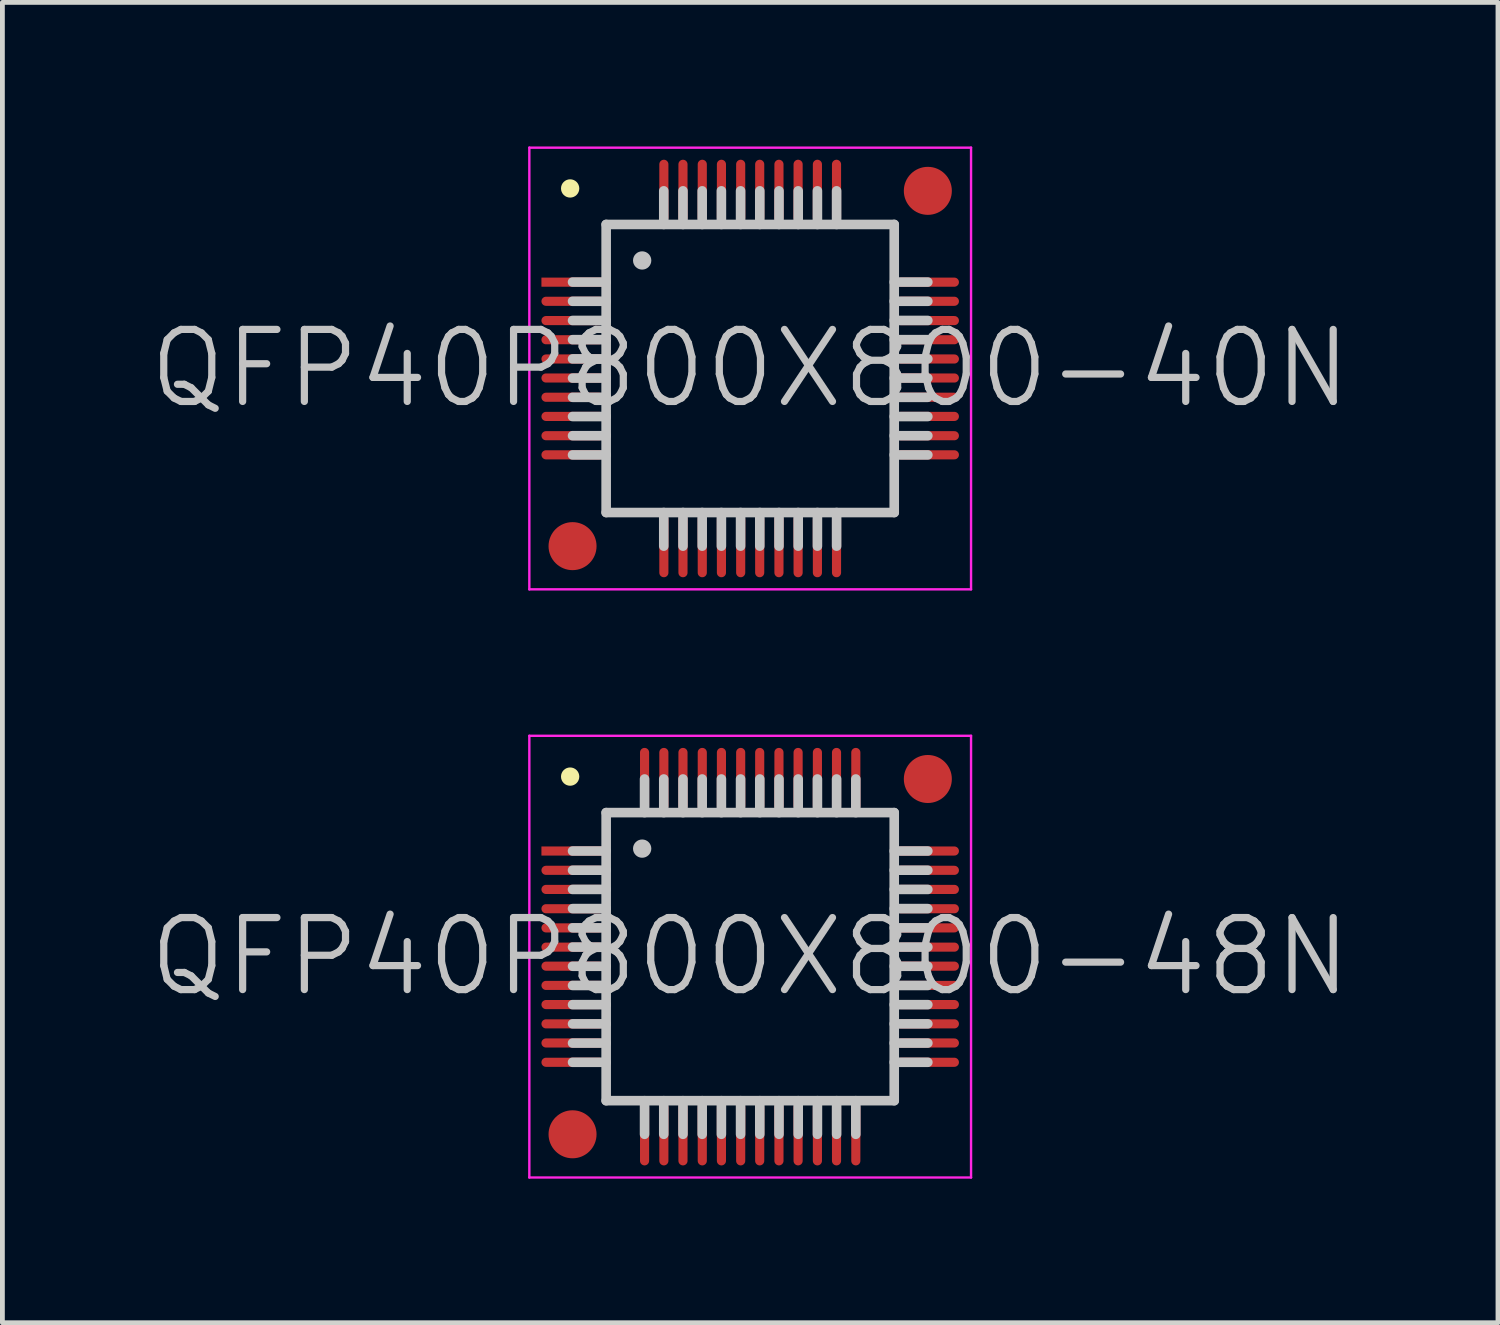
<source format=kicad_pcb>
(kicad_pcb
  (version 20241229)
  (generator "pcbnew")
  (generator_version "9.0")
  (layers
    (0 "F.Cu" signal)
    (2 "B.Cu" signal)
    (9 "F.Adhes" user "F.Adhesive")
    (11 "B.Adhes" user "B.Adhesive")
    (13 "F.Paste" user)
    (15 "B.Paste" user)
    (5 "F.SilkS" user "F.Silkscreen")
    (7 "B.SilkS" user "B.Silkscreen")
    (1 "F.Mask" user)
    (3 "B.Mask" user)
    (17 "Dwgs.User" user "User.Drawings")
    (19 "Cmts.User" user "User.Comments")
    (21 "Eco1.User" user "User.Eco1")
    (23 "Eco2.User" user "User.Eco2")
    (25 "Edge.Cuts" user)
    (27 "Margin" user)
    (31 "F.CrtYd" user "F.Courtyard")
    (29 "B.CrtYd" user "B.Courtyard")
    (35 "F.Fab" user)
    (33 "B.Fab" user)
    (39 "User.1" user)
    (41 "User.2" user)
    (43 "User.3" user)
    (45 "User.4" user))
  (footprint "QFP40P800X800-40N"
    (layer "F.Cu")
    (at 12.575 4.625)
    (property "Reference" "QFP40P800X800-40N" (at 0 0 0) (layer "Dwgs.User") (effects (font (size 1.5 1.5) (thickness 0.15))))
    (attr smd)
    (fp_line (start -3.75 -3.75) (end -3.75 -3.75) (stroke (width 0.381) (type solid)) (layer "F.SilkS"))
    (fp_line (start -3 -3) (end -3 3) (stroke (width 0.2) (type solid)) (layer "Dwgs.User"))
    (fp_line (start -3 -3) (end 3 -3) (stroke (width 0.2) (type solid)) (layer "Dwgs.User"))
    (fp_line (start -3 -1.8) (end -3.7 -1.8) (stroke (width 0.2) (type solid)) (layer "Dwgs.User"))
    (fp_line (start -3 -1.4) (end -3.7 -1.4) (stroke (width 0.2) (type solid)) (layer "Dwgs.User"))
    (fp_line (start -3 -1) (end -3.7 -1) (stroke (width 0.2) (type solid)) (layer "Dwgs.User"))
    (fp_line (start -3 -0.6) (end -3.7 -0.6) (stroke (width 0.2) (type solid)) (layer "Dwgs.User"))
    (fp_line (start -3 -0.2) (end -3.7 -0.2) (stroke (width 0.2) (type solid)) (layer "Dwgs.User"))
    (fp_line (start -3 0.2) (end -3.7 0.2) (stroke (width 0.2) (type solid)) (layer "Dwgs.User"))
    (fp_line (start -3 0.6) (end -3.7 0.6) (stroke (width 0.2) (type solid)) (layer "Dwgs.User"))
    (fp_line (start -3 1) (end -3.7 1) (stroke (width 0.2) (type solid)) (layer "Dwgs.User"))
    (fp_line (start -3 1.4) (end -3.7 1.4) (stroke (width 0.2) (type solid)) (layer "Dwgs.User"))
    (fp_line (start -3 1.8) (end -3.7 1.8) (stroke (width 0.2) (type solid)) (layer "Dwgs.User"))
    (fp_line (start -3 3) (end 3 3) (stroke (width 0.2) (type solid)) (layer "Dwgs.User"))
    (fp_line (start -2.25 -2.25) (end -2.25 -2.25) (stroke (width 0.381) (type solid)) (layer "Dwgs.User"))
    (fp_line (start -1.8 -3) (end -1.8 -3.7) (stroke (width 0.2) (type solid)) (layer "Dwgs.User"))
    (fp_line (start -1.8 3.7) (end -1.8 3) (stroke (width 0.2) (type solid)) (layer "Dwgs.User"))
    (fp_line (start -1.4 -3) (end -1.4 -3.7) (stroke (width 0.2) (type solid)) (layer "Dwgs.User"))
    (fp_line (start -1.4 3.7) (end -1.4 3) (stroke (width 0.2) (type solid)) (layer "Dwgs.User"))
    (fp_line (start -1 -3) (end -1 -3.7) (stroke (width 0.2) (type solid)) (layer "Dwgs.User"))
    (fp_line (start -1 3.7) (end -1 3) (stroke (width 0.2) (type solid)) (layer "Dwgs.User"))
    (fp_line (start -0.6 -3) (end -0.6 -3.7) (stroke (width 0.2) (type solid)) (layer "Dwgs.User"))
    (fp_line (start -0.6 3.7) (end -0.6 3) (stroke (width 0.2) (type solid)) (layer "Dwgs.User"))
    (fp_line (start -0.2 -3) (end -0.2 -3.7) (stroke (width 0.2) (type solid)) (layer "Dwgs.User"))
    (fp_line (start -0.2 3.7) (end -0.2 3) (stroke (width 0.2) (type solid)) (layer "Dwgs.User"))
    (fp_line (start 0.2 -3) (end 0.2 -3.7) (stroke (width 0.2) (type solid)) (layer "Dwgs.User"))
    (fp_line (start 0.2 3.7) (end 0.2 3) (stroke (width 0.2) (type solid)) (layer "Dwgs.User"))
    (fp_line (start 0.6 -3) (end 0.6 -3.7) (stroke (width 0.2) (type solid)) (layer "Dwgs.User"))
    (fp_line (start 0.6 3.7) (end 0.6 3) (stroke (width 0.2) (type solid)) (layer "Dwgs.User"))
    (fp_line (start 1 -3) (end 1 -3.7) (stroke (width 0.2) (type solid)) (layer "Dwgs.User"))
    (fp_line (start 1 3.7) (end 1 3) (stroke (width 0.2) (type solid)) (layer "Dwgs.User"))
    (fp_line (start 1.4 -3) (end 1.4 -3.7) (stroke (width 0.2) (type solid)) (layer "Dwgs.User"))
    (fp_line (start 1.4 3.7) (end 1.4 3) (stroke (width 0.2) (type solid)) (layer "Dwgs.User"))
    (fp_line (start 1.8 -3) (end 1.8 -3.7) (stroke (width 0.2) (type solid)) (layer "Dwgs.User"))
    (fp_line (start 1.8 3.7) (end 1.8 3) (stroke (width 0.2) (type solid)) (layer "Dwgs.User"))
    (fp_line (start 3 -3) (end 3 3) (stroke (width 0.2) (type solid)) (layer "Dwgs.User"))
    (fp_line (start 3.7 -1.8) (end 3 -1.8) (stroke (width 0.2) (type solid)) (layer "Dwgs.User"))
    (fp_line (start 3.7 -1.4) (end 3 -1.4) (stroke (width 0.2) (type solid)) (layer "Dwgs.User"))
    (fp_line (start 3.7 -1) (end 3 -1) (stroke (width 0.2) (type solid)) (layer "Dwgs.User"))
    (fp_line (start 3.7 -0.6) (end 3 -0.6) (stroke (width 0.2) (type solid)) (layer "Dwgs.User"))
    (fp_line (start 3.7 -0.2) (end 3 -0.2) (stroke (width 0.2) (type solid)) (layer "Dwgs.User"))
    (fp_line (start 3.7 0.2) (end 3 0.2) (stroke (width 0.2) (type solid)) (layer "Dwgs.User"))
    (fp_line (start 3.7 0.6) (end 3 0.6) (stroke (width 0.2) (type solid)) (layer "Dwgs.User"))
    (fp_line (start 3.7 1) (end 3 1) (stroke (width 0.2) (type solid)) (layer "Dwgs.User"))
    (fp_line (start 3.7 1.4) (end 3 1.4) (stroke (width 0.2) (type solid)) (layer "Dwgs.User"))
    (fp_line (start 3.7 1.8) (end 3 1.8) (stroke (width 0.2) (type solid)) (layer "Dwgs.User"))
    (fp_line (start -4.6 -4.6) (end -4.6 4.6) (stroke (width 0.05) (type solid)) (layer "F.CrtYd"))
    (fp_line (start -4.6 -4.6) (end 4.6 -4.6) (stroke (width 0.05) (type solid)) (layer "F.CrtYd"))
    (fp_line (start -4.6 4.6) (end 4.6 4.6) (stroke (width 0.05) (type solid)) (layer "F.CrtYd"))
    (fp_line (start 4.6 -4.6) (end 4.6 4.6) (stroke (width 0.05) (type solid)) (layer "F.CrtYd"))
    (pad "" smd circle (at -3.7 3.7) (size 1 1) (layers "F.Cu" "F.Mask"))
    (pad "" smd circle (at 3.7 -3.7) (size 1 1) (layers "F.Cu" "F.Mask"))
    (pad "1" smd rect (at -3.698 -1.798 90) (size 0.19 1.3) (layers "F.Cu" "F.Mask" "F.Paste"))
    (pad "2" smd oval (at -3.698 -1.4 90) (size 0.19 1.3) (layers "F.Cu" "F.Mask" "F.Paste"))
    (pad "3" smd oval (at -3.698 -0.998 90) (size 0.19 1.3) (layers "F.Cu" "F.Mask" "F.Paste"))
    (pad "4" smd oval (at -3.698 -0.599 90) (size 0.19 1.3) (layers "F.Cu" "F.Mask" "F.Paste"))
    (pad "5" smd oval (at -3.698 -0.198 90) (size 0.19 1.3) (layers "F.Cu" "F.Mask" "F.Paste"))
    (pad "6" smd oval (at -3.698 0.198 90) (size 0.19 1.3) (layers "F.Cu" "F.Mask" "F.Paste"))
    (pad "7" smd oval (at -3.698 0.599 90) (size 0.19 1.3) (layers "F.Cu" "F.Mask" "F.Paste"))
    (pad "8" smd oval (at -3.698 0.998 90) (size 0.19 1.3) (layers "F.Cu" "F.Mask" "F.Paste"))
    (pad "9" smd oval (at -3.698 1.4 90) (size 0.19 1.3) (layers "F.Cu" "F.Mask" "F.Paste"))
    (pad "10" smd oval (at -3.698 1.798 90) (size 0.19 1.3) (layers "F.Cu" "F.Mask" "F.Paste"))
    (pad "11" smd oval (at -1.798 3.698 180) (size 0.19 1.3) (layers "F.Cu" "F.Mask" "F.Paste"))
    (pad "12" smd oval (at -1.4 3.698 180) (size 0.19 1.3) (layers "F.Cu" "F.Mask" "F.Paste"))
    (pad "13" smd oval (at -0.998 3.698 180) (size 0.19 1.3) (layers "F.Cu" "F.Mask" "F.Paste"))
    (pad "14" smd oval (at -0.599 3.698 180) (size 0.19 1.3) (layers "F.Cu" "F.Mask" "F.Paste"))
    (pad "15" smd oval (at -0.198 3.698 180) (size 0.19 1.3) (layers "F.Cu" "F.Mask" "F.Paste"))
    (pad "16" smd oval (at 0.198 3.698 180) (size 0.19 1.3) (layers "F.Cu" "F.Mask" "F.Paste"))
    (pad "17" smd oval (at 0.599 3.698 180) (size 0.19 1.3) (layers "F.Cu" "F.Mask" "F.Paste"))
    (pad "18" smd oval (at 0.998 3.698 180) (size 0.19 1.3) (layers "F.Cu" "F.Mask" "F.Paste"))
    (pad "19" smd oval (at 1.4 3.698 180) (size 0.19 1.3) (layers "F.Cu" "F.Mask" "F.Paste"))
    (pad "20" smd oval (at 1.798 3.698 180) (size 0.19 1.3) (layers "F.Cu" "F.Mask" "F.Paste"))
    (pad "21" smd oval (at 3.698 1.798 270) (size 0.19 1.3) (layers "F.Cu" "F.Mask" "F.Paste"))
    (pad "22" smd oval (at 3.698 1.4 270) (size 0.19 1.3) (layers "F.Cu" "F.Mask" "F.Paste"))
    (pad "23" smd oval (at 3.698 0.998 270) (size 0.19 1.3) (layers "F.Cu" "F.Mask" "F.Paste"))
    (pad "24" smd oval (at 3.698 0.599 270) (size 0.19 1.3) (layers "F.Cu" "F.Mask" "F.Paste"))
    (pad "25" smd oval (at 3.698 0.198 270) (size 0.19 1.3) (layers "F.Cu" "F.Mask" "F.Paste"))
    (pad "26" smd oval (at 3.698 -0.198 270) (size 0.19 1.3) (layers "F.Cu" "F.Mask" "F.Paste"))
    (pad "27" smd oval (at 3.698 -0.599 270) (size 0.19 1.3) (layers "F.Cu" "F.Mask" "F.Paste"))
    (pad "28" smd oval (at 3.698 -0.998 270) (size 0.19 1.3) (layers "F.Cu" "F.Mask" "F.Paste"))
    (pad "29" smd oval (at 3.698 -1.4 270) (size 0.19 1.3) (layers "F.Cu" "F.Mask" "F.Paste"))
    (pad "30" smd oval (at 3.698 -1.798 270) (size 0.19 1.3) (layers "F.Cu" "F.Mask" "F.Paste"))
    (pad "31" smd oval (at 1.798 -3.698) (size 0.19 1.3) (layers "F.Cu" "F.Mask" "F.Paste"))
    (pad "32" smd oval (at 1.4 -3.698) (size 0.19 1.3) (layers "F.Cu" "F.Mask" "F.Paste"))
    (pad "33" smd oval (at 0.998 -3.698) (size 0.19 1.3) (layers "F.Cu" "F.Mask" "F.Paste"))
    (pad "34" smd oval (at 0.599 -3.698) (size 0.19 1.3) (layers "F.Cu" "F.Mask" "F.Paste"))
    (pad "35" smd oval (at 0.198 -3.698) (size 0.19 1.3) (layers "F.Cu" "F.Mask" "F.Paste"))
    (pad "36" smd oval (at -0.198 -3.698) (size 0.19 1.3) (layers "F.Cu" "F.Mask" "F.Paste"))
    (pad "37" smd oval (at -0.599 -3.698) (size 0.19 1.3) (layers "F.Cu" "F.Mask" "F.Paste"))
    (pad "38" smd oval (at -0.998 -3.698) (size 0.19 1.3) (layers "F.Cu" "F.Mask" "F.Paste"))
    (pad "39" smd oval (at -1.4 -3.698) (size 0.19 1.3) (layers "F.Cu" "F.Mask" "F.Paste"))
    (pad "40" smd oval (at -1.798 -3.698) (size 0.19 1.3) (layers "F.Cu" "F.Mask" "F.Paste")))
  (footprint "QFP40P800X800-48N"
    (layer "F.Cu")
    (at 12.575 16.875)
    (property "Reference" "QFP40P800X800-48N" (at 0 0 0) (layer "Dwgs.User") (effects (font (size 1.5 1.5) (thickness 0.15))))
    (attr smd)
    (fp_line (start -3.75 -3.75) (end -3.75 -3.75) (stroke (width 0.381) (type solid)) (layer "F.SilkS"))
    (fp_line (start -3 -3) (end -3 3) (stroke (width 0.2) (type solid)) (layer "Dwgs.User"))
    (fp_line (start -3 -3) (end 3 -3) (stroke (width 0.2) (type solid)) (layer "Dwgs.User"))
    (fp_line (start -3 -2.2) (end -3.7 -2.2) (stroke (width 0.2) (type solid)) (layer "Dwgs.User"))
    (fp_line (start -3 -1.8) (end -3.7 -1.8) (stroke (width 0.2) (type solid)) (layer "Dwgs.User"))
    (fp_line (start -3 -1.4) (end -3.7 -1.4) (stroke (width 0.2) (type solid)) (layer "Dwgs.User"))
    (fp_line (start -3 -1) (end -3.7 -1) (stroke (width 0.2) (type solid)) (layer "Dwgs.User"))
    (fp_line (start -3 -0.6) (end -3.7 -0.6) (stroke (width 0.2) (type solid)) (layer "Dwgs.User"))
    (fp_line (start -3 -0.2) (end -3.7 -0.2) (stroke (width 0.2) (type solid)) (layer "Dwgs.User"))
    (fp_line (start -3 0.2) (end -3.7 0.2) (stroke (width 0.2) (type solid)) (layer "Dwgs.User"))
    (fp_line (start -3 0.6) (end -3.7 0.6) (stroke (width 0.2) (type solid)) (layer "Dwgs.User"))
    (fp_line (start -3 1) (end -3.7 1) (stroke (width 0.2) (type solid)) (layer "Dwgs.User"))
    (fp_line (start -3 1.4) (end -3.7 1.4) (stroke (width 0.2) (type solid)) (layer "Dwgs.User"))
    (fp_line (start -3 1.8) (end -3.7 1.8) (stroke (width 0.2) (type solid)) (layer "Dwgs.User"))
    (fp_line (start -3 2.2) (end -3.7 2.2) (stroke (width 0.2) (type solid)) (layer "Dwgs.User"))
    (fp_line (start -3 3) (end 3 3) (stroke (width 0.2) (type solid)) (layer "Dwgs.User"))
    (fp_line (start -2.25 -2.25) (end -2.25 -2.25) (stroke (width 0.381) (type solid)) (layer "Dwgs.User"))
    (fp_line (start -2.2 -3) (end -2.2 -3.7) (stroke (width 0.2) (type solid)) (layer "Dwgs.User"))
    (fp_line (start -2.2 3.7) (end -2.2 3) (stroke (width 0.2) (type solid)) (layer "Dwgs.User"))
    (fp_line (start -1.8 -3) (end -1.8 -3.7) (stroke (width 0.2) (type solid)) (layer "Dwgs.User"))
    (fp_line (start -1.8 3.7) (end -1.8 3) (stroke (width 0.2) (type solid)) (layer "Dwgs.User"))
    (fp_line (start -1.4 -3) (end -1.4 -3.7) (stroke (width 0.2) (type solid)) (layer "Dwgs.User"))
    (fp_line (start -1.4 3.7) (end -1.4 3) (stroke (width 0.2) (type solid)) (layer "Dwgs.User"))
    (fp_line (start -1 -3) (end -1 -3.7) (stroke (width 0.2) (type solid)) (layer "Dwgs.User"))
    (fp_line (start -1 3.7) (end -1 3) (stroke (width 0.2) (type solid)) (layer "Dwgs.User"))
    (fp_line (start -0.6 -3) (end -0.6 -3.7) (stroke (width 0.2) (type solid)) (layer "Dwgs.User"))
    (fp_line (start -0.6 3.7) (end -0.6 3) (stroke (width 0.2) (type solid)) (layer "Dwgs.User"))
    (fp_line (start -0.2 -3) (end -0.2 -3.7) (stroke (width 0.2) (type solid)) (layer "Dwgs.User"))
    (fp_line (start -0.2 3.7) (end -0.2 3) (stroke (width 0.2) (type solid)) (layer "Dwgs.User"))
    (fp_line (start 0.2 -3) (end 0.2 -3.7) (stroke (width 0.2) (type solid)) (layer "Dwgs.User"))
    (fp_line (start 0.2 3.7) (end 0.2 3) (stroke (width 0.2) (type solid)) (layer "Dwgs.User"))
    (fp_line (start 0.6 -3) (end 0.6 -3.7) (stroke (width 0.2) (type solid)) (layer "Dwgs.User"))
    (fp_line (start 0.6 3.7) (end 0.6 3) (stroke (width 0.2) (type solid)) (layer "Dwgs.User"))
    (fp_line (start 1 -3) (end 1 -3.7) (stroke (width 0.2) (type solid)) (layer "Dwgs.User"))
    (fp_line (start 1 3.7) (end 1 3) (stroke (width 0.2) (type solid)) (layer "Dwgs.User"))
    (fp_line (start 1.4 -3) (end 1.4 -3.7) (stroke (width 0.2) (type solid)) (layer "Dwgs.User"))
    (fp_line (start 1.4 3.7) (end 1.4 3) (stroke (width 0.2) (type solid)) (layer "Dwgs.User"))
    (fp_line (start 1.8 -3) (end 1.8 -3.7) (stroke (width 0.2) (type solid)) (layer "Dwgs.User"))
    (fp_line (start 1.8 3.7) (end 1.8 3) (stroke (width 0.2) (type solid)) (layer "Dwgs.User"))
    (fp_line (start 2.2 -3) (end 2.2 -3.7) (stroke (width 0.2) (type solid)) (layer "Dwgs.User"))
    (fp_line (start 2.2 3.7) (end 2.2 3) (stroke (width 0.2) (type solid)) (layer "Dwgs.User"))
    (fp_line (start 3 -3) (end 3 3) (stroke (width 0.2) (type solid)) (layer "Dwgs.User"))
    (fp_line (start 3.7 -2.2) (end 3 -2.2) (stroke (width 0.2) (type solid)) (layer "Dwgs.User"))
    (fp_line (start 3.7 -1.8) (end 3 -1.8) (stroke (width 0.2) (type solid)) (layer "Dwgs.User"))
    (fp_line (start 3.7 -1.4) (end 3 -1.4) (stroke (width 0.2) (type solid)) (layer "Dwgs.User"))
    (fp_line (start 3.7 -1) (end 3 -1) (stroke (width 0.2) (type solid)) (layer "Dwgs.User"))
    (fp_line (start 3.7 -0.6) (end 3 -0.6) (stroke (width 0.2) (type solid)) (layer "Dwgs.User"))
    (fp_line (start 3.7 -0.2) (end 3 -0.2) (stroke (width 0.2) (type solid)) (layer "Dwgs.User"))
    (fp_line (start 3.7 0.2) (end 3 0.2) (stroke (width 0.2) (type solid)) (layer "Dwgs.User"))
    (fp_line (start 3.7 0.6) (end 3 0.6) (stroke (width 0.2) (type solid)) (layer "Dwgs.User"))
    (fp_line (start 3.7 1) (end 3 1) (stroke (width 0.2) (type solid)) (layer "Dwgs.User"))
    (fp_line (start 3.7 1.4) (end 3 1.4) (stroke (width 0.2) (type solid)) (layer "Dwgs.User"))
    (fp_line (start 3.7 1.8) (end 3 1.8) (stroke (width 0.2) (type solid)) (layer "Dwgs.User"))
    (fp_line (start 3.7 2.2) (end 3 2.2) (stroke (width 0.2) (type solid)) (layer "Dwgs.User"))
    (fp_line (start -4.6 -4.6) (end -4.6 4.6) (stroke (width 0.05) (type solid)) (layer "F.CrtYd"))
    (fp_line (start -4.6 -4.6) (end 4.6 -4.6) (stroke (width 0.05) (type solid)) (layer "F.CrtYd"))
    (fp_line (start -4.6 4.6) (end 4.6 4.6) (stroke (width 0.05) (type solid)) (layer "F.CrtYd"))
    (fp_line (start 4.6 -4.6) (end 4.6 4.6) (stroke (width 0.05) (type solid)) (layer "F.CrtYd"))
    (pad "" smd circle (at -3.7 3.7) (size 1 1) (layers "F.Cu" "F.Mask"))
    (pad "" smd circle (at 3.7 -3.7) (size 1 1) (layers "F.Cu" "F.Mask"))
    (pad "1" smd rect (at -3.698 -2.2 90) (size 0.19 1.3) (layers "F.Cu" "F.Mask" "F.Paste"))
    (pad "2" smd oval (at -3.698 -1.798 90) (size 0.19 1.3) (layers "F.Cu" "F.Mask" "F.Paste"))
    (pad "3" smd oval (at -3.698 -1.4 90) (size 0.19 1.3) (layers "F.Cu" "F.Mask" "F.Paste"))
    (pad "4" smd oval (at -3.698 -0.998 90) (size 0.19 1.3) (layers "F.Cu" "F.Mask" "F.Paste"))
    (pad "5" smd oval (at -3.698 -0.599 90) (size 0.19 1.3) (layers "F.Cu" "F.Mask" "F.Paste"))
    (pad "6" smd oval (at -3.698 -0.198 90) (size 0.19 1.3) (layers "F.Cu" "F.Mask" "F.Paste"))
    (pad "7" smd oval (at -3.698 0.198 90) (size 0.19 1.3) (layers "F.Cu" "F.Mask" "F.Paste"))
    (pad "8" smd oval (at -3.698 0.599 90) (size 0.19 1.3) (layers "F.Cu" "F.Mask" "F.Paste"))
    (pad "9" smd oval (at -3.698 0.998 90) (size 0.19 1.3) (layers "F.Cu" "F.Mask" "F.Paste"))
    (pad "10" smd oval (at -3.698 1.4 90) (size 0.19 1.3) (layers "F.Cu" "F.Mask" "F.Paste"))
    (pad "11" smd oval (at -3.698 1.798 90) (size 0.19 1.3) (layers "F.Cu" "F.Mask" "F.Paste"))
    (pad "12" smd oval (at -3.698 2.2 90) (size 0.19 1.3) (layers "F.Cu" "F.Mask" "F.Paste"))
    (pad "13" smd oval (at -2.2 3.698 180) (size 0.19 1.3) (layers "F.Cu" "F.Mask" "F.Paste"))
    (pad "14" smd oval (at -1.798 3.698 180) (size 0.19 1.3) (layers "F.Cu" "F.Mask" "F.Paste"))
    (pad "15" smd oval (at -1.4 3.698 180) (size 0.19 1.3) (layers "F.Cu" "F.Mask" "F.Paste"))
    (pad "16" smd oval (at -0.998 3.698 180) (size 0.19 1.3) (layers "F.Cu" "F.Mask" "F.Paste"))
    (pad "17" smd oval (at -0.599 3.698 180) (size 0.19 1.3) (layers "F.Cu" "F.Mask" "F.Paste"))
    (pad "18" smd oval (at -0.198 3.698 180) (size 0.19 1.3) (layers "F.Cu" "F.Mask" "F.Paste"))
    (pad "19" smd oval (at 0.198 3.698 180) (size 0.19 1.3) (layers "F.Cu" "F.Mask" "F.Paste"))
    (pad "20" smd oval (at 0.599 3.698 180) (size 0.19 1.3) (layers "F.Cu" "F.Mask" "F.Paste"))
    (pad "21" smd oval (at 0.998 3.698 180) (size 0.19 1.3) (layers "F.Cu" "F.Mask" "F.Paste"))
    (pad "22" smd oval (at 1.4 3.698 180) (size 0.19 1.3) (layers "F.Cu" "F.Mask" "F.Paste"))
    (pad "23" smd oval (at 1.798 3.698 180) (size 0.19 1.3) (layers "F.Cu" "F.Mask" "F.Paste"))
    (pad "24" smd oval (at 2.2 3.698 180) (size 0.19 1.3) (layers "F.Cu" "F.Mask" "F.Paste"))
    (pad "25" smd oval (at 3.698 2.2 270) (size 0.19 1.3) (layers "F.Cu" "F.Mask" "F.Paste"))
    (pad "26" smd oval (at 3.698 1.798 270) (size 0.19 1.3) (layers "F.Cu" "F.Mask" "F.Paste"))
    (pad "27" smd oval (at 3.698 1.4 270) (size 0.19 1.3) (layers "F.Cu" "F.Mask" "F.Paste"))
    (pad "28" smd oval (at 3.698 0.998 270) (size 0.19 1.3) (layers "F.Cu" "F.Mask" "F.Paste"))
    (pad "29" smd oval (at 3.698 0.599 270) (size 0.19 1.3) (layers "F.Cu" "F.Mask" "F.Paste"))
    (pad "30" smd oval (at 3.698 0.198 270) (size 0.19 1.3) (layers "F.Cu" "F.Mask" "F.Paste"))
    (pad "31" smd oval (at 3.698 -0.198 270) (size 0.19 1.3) (layers "F.Cu" "F.Mask" "F.Paste"))
    (pad "32" smd oval (at 3.698 -0.599 270) (size 0.19 1.3) (layers "F.Cu" "F.Mask" "F.Paste"))
    (pad "33" smd oval (at 3.698 -0.998 270) (size 0.19 1.3) (layers "F.Cu" "F.Mask" "F.Paste"))
    (pad "34" smd oval (at 3.698 -1.4 270) (size 0.19 1.3) (layers "F.Cu" "F.Mask" "F.Paste"))
    (pad "35" smd oval (at 3.698 -1.798 270) (size 0.19 1.3) (layers "F.Cu" "F.Mask" "F.Paste"))
    (pad "36" smd oval (at 3.698 -2.2 270) (size 0.19 1.3) (layers "F.Cu" "F.Mask" "F.Paste"))
    (pad "37" smd oval (at 2.2 -3.698) (size 0.19 1.3) (layers "F.Cu" "F.Mask" "F.Paste"))
    (pad "38" smd oval (at 1.798 -3.698) (size 0.19 1.3) (layers "F.Cu" "F.Mask" "F.Paste"))
    (pad "39" smd oval (at 1.4 -3.698) (size 0.19 1.3) (layers "F.Cu" "F.Mask" "F.Paste"))
    (pad "40" smd oval (at 0.998 -3.698) (size 0.19 1.3) (layers "F.Cu" "F.Mask" "F.Paste"))
    (pad "41" smd oval (at 0.599 -3.698) (size 0.19 1.3) (layers "F.Cu" "F.Mask" "F.Paste"))
    (pad "42" smd oval (at 0.198 -3.698) (size 0.19 1.3) (layers "F.Cu" "F.Mask" "F.Paste"))
    (pad "43" smd oval (at -0.198 -3.698) (size 0.19 1.3) (layers "F.Cu" "F.Mask" "F.Paste"))
    (pad "44" smd oval (at -0.599 -3.698) (size 0.19 1.3) (layers "F.Cu" "F.Mask" "F.Paste"))
    (pad "45" smd oval (at -0.998 -3.698) (size 0.19 1.3) (layers "F.Cu" "F.Mask" "F.Paste"))
    (pad "46" smd oval (at -1.4 -3.698) (size 0.19 1.3) (layers "F.Cu" "F.Mask" "F.Paste"))
    (pad "47" smd oval (at -1.798 -3.698) (size 0.19 1.3) (layers "F.Cu" "F.Mask" "F.Paste"))
    (pad "48" smd oval (at -2.2 -3.698) (size 0.19 1.3) (layers "F.Cu" "F.Mask" "F.Paste")))
  (gr_rect
    (start -3 -3)
    (end 28.15 24.5)
    (stroke (width 0.1) (type default))
    (fill no)
    (layer "Edge.Cuts")))
</source>
